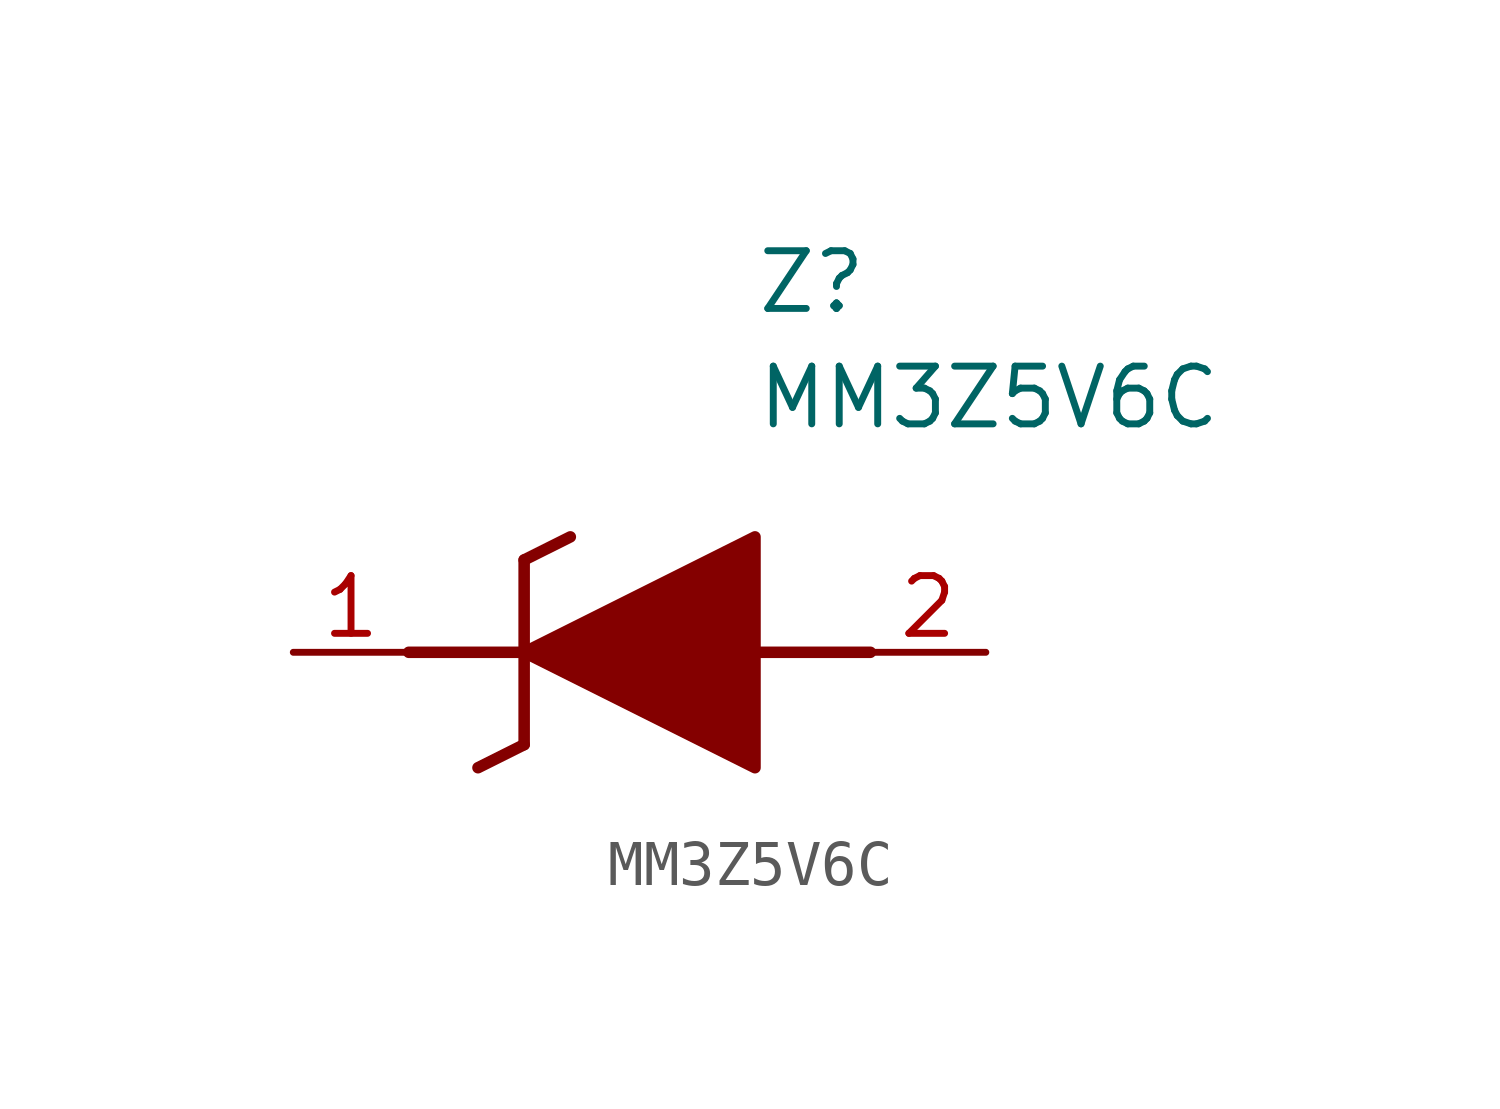
<source format=kicad_sym>
(kicad_symbol_lib
  (version 20211014)
  (generator SamacSys_ECAD_Model)
  (symbol "MM3Z5V6C"
    (pin_names hide)
    (property "Reference" "Z"
      (at 10.16 8.89 0)
      (effects (font (size 1.27 1.27)) (justify left top)))
    (property "Value" "MM3Z5V6C"
      (at 10.16 6.35 0)
      (effects (font (size 1.27 1.27)) (justify left top)))
    (polyline
      (pts (xy 5.08 2.032) (xy 5.08 -2.032))
      (stroke (width 0.254) (type default))
      (fill (type none)))
    (polyline
      (pts (xy 5.08 2.032) (xy 6.096 2.54))
      (stroke (width 0.254) (type default))
      (fill (type none)))
    (polyline
      (pts (xy 4.064 -2.54) (xy 5.08 -2.032))
      (stroke (width 0.254) (type default))
      (fill (type none)))
    (polyline
      (pts (xy 2.54 0) (xy 5.08 0))
      (stroke (width 0.254) (type default))
      (fill (type none)))
    (polyline
      (pts (xy 12.7 0) (xy 10.16 0))
      (stroke (width 0.254) (type default))
      (fill (type none)))
    (polyline
      (pts (xy 5.08 0) (xy 10.16 2.54) (xy 10.16 -2.54) (xy 5.08 0))
      (stroke (width 0.254) (type default))
      (fill (type outline)))
    (pin passive line
      (at 0 0 0)
      (length 2.54)
      (name "K" (effects (font (size 1.27 1.27))))
      (number "1" (effects (font (size 1.27 1.27)))))
    (pin passive line
      (at 15.24 0 180)
      (length 2.54)
      (name "A" (effects (font (size 1.27 1.27))))
      (number "2" (effects (font (size 1.27 1.27)))))))
</source>
